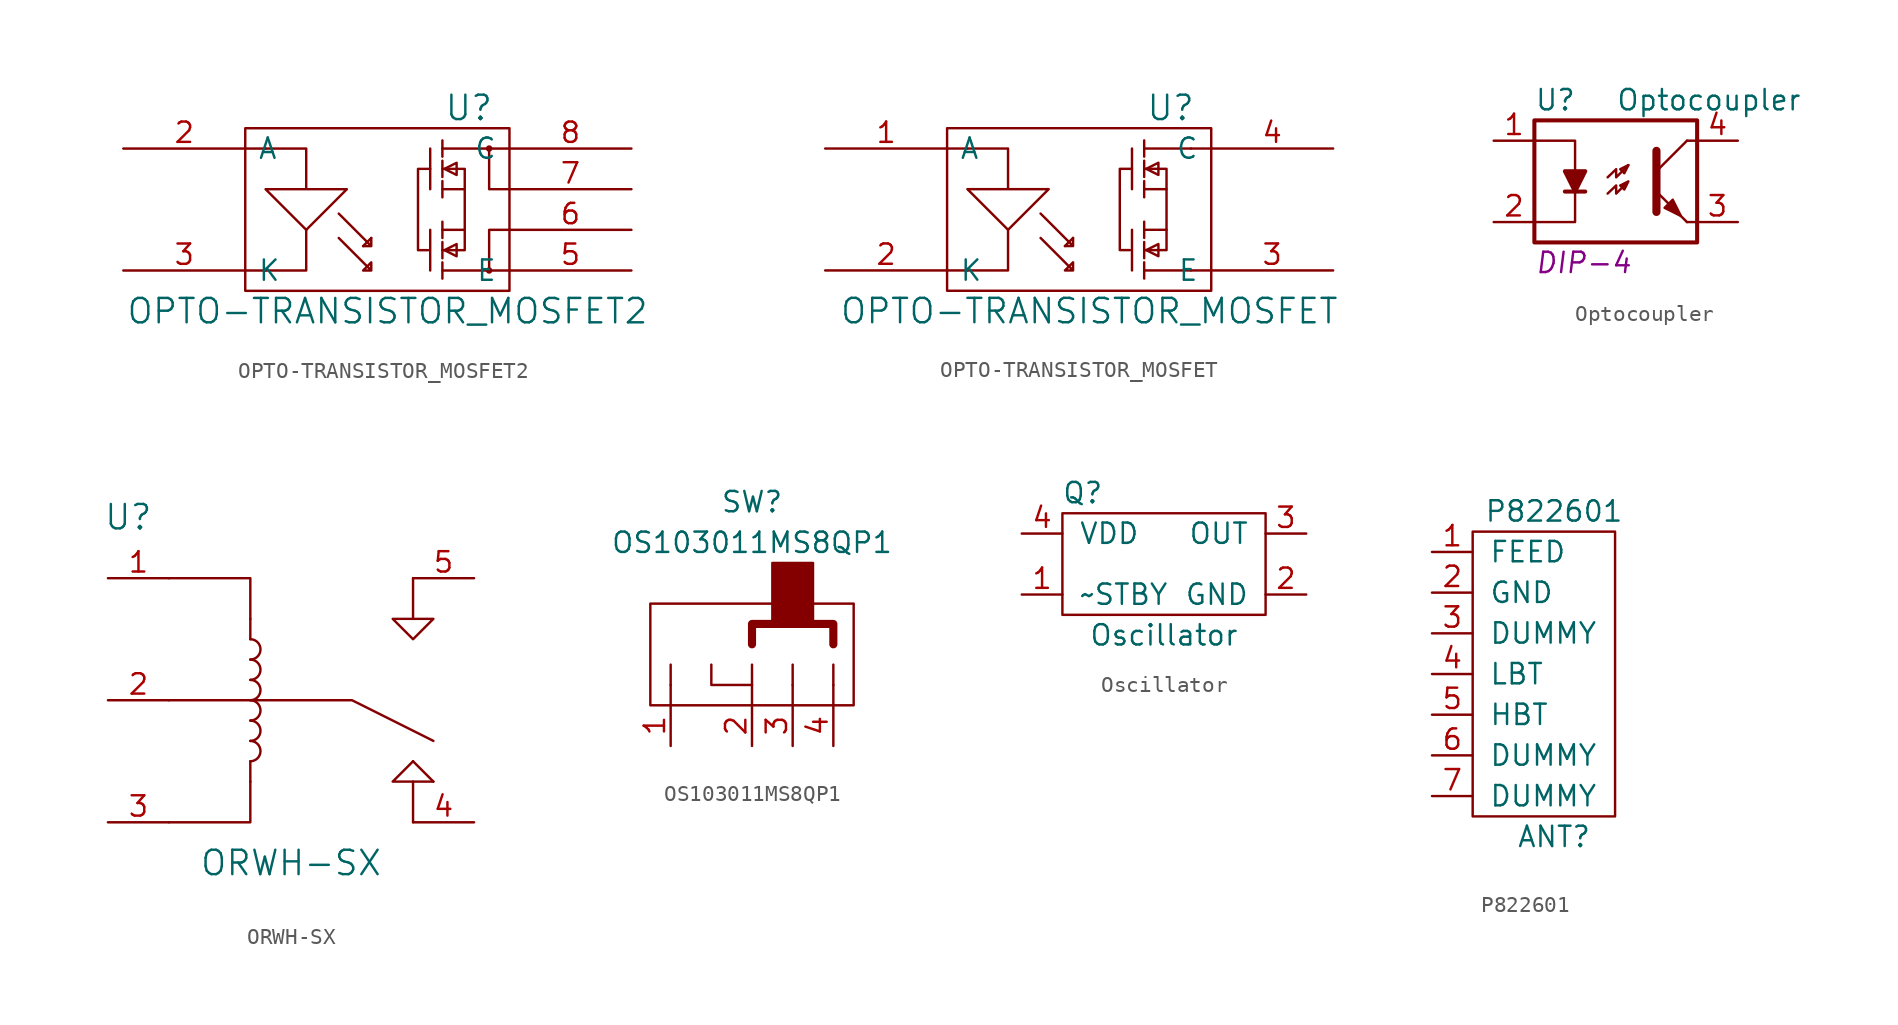
<source format=kicad_sym>
(kicad_symbol_lib
  (version 20210619)
  (generator kicad_symbol_editor)
  (symbol "tinkerforge:OPTO-TRANSISTOR_MOSFET2"
    (pin_names
      (offset 0.762))
    (property "Reference" "U"
      (at 5.08 6.35 0)
      (effects (font (size 1.524 1.524))))
    (property "Value" "OPTO-TRANSISTOR_MOSFET2"
      (at 0 -6.35 0)
      (effects (font (size 1.524 1.524))))
    (property "Footprint" ""
      (at 0 0 0)
      (effects (font (size 1.524 1.524))))
    (property "Datasheet" ""
      (at 0 0 0)
      (effects (font (size 1.524 1.524))))
    (symbol "OPTO-TRANSISTOR_MOSFET2_0_1"
      (circle (center 6.35 -3.81) (radius 0.127) (stroke (width 0)) (fill (type none)))
      (circle (center 6.35 3.81) (radius 0.127) (stroke (width 0)) (fill (type none)))
      (rectangle (start -8.89 5.08) (end 7.62 -5.08) (stroke (width 0)) (fill (type none)))
      (polyline (pts (xy 2.667 -1.27) (xy 2.667 -3.81)) (stroke (width 0)) (fill (type none)))
      (polyline (pts (xy 2.667 3.81) (xy 2.667 1.27)) (stroke (width 0)) (fill (type none)))
      (polyline (pts (xy 3.429 -3.302) (xy 3.429 -4.318)) (stroke (width 0)) (fill (type none)))
      (polyline (pts (xy 3.429 -3.048) (xy 3.429 -2.032)) (stroke (width 0)) (fill (type none)))
      (polyline (pts (xy 3.429 -1.778) (xy 3.429 -0.762)) (stroke (width 0)) (fill (type none)))
      (polyline (pts (xy 3.429 1.778) (xy 3.429 0.762)) (stroke (width 0)) (fill (type none)))
      (polyline (pts (xy 3.429 3.048) (xy 3.429 2.032)) (stroke (width 0)) (fill (type none)))
      (polyline (pts (xy 3.429 3.81) (xy 3.429 3.302)) (stroke (width 0)) (fill (type none)))
      (polyline (pts (xy 3.429 3.81) (xy 3.429 4.318)) (stroke (width 0)) (fill (type none)))
      (polyline (pts (xy 4.826 1.27) (xy 4.826 -1.27)) (stroke (width 0)) (fill (type none)))
      (polyline (pts (xy 6.35 -3.81) (xy 3.429 -3.81)) (stroke (width 0)) (fill (type none)))
      (polyline (pts (xy 6.35 3.81) (xy 3.429 3.81)) (stroke (width 0)) (fill (type none)))
      (polyline (pts (xy -8.89 -3.81) (xy -7.62 -3.81) (xy -7.62 -3.81)) (stroke (width 0)) (fill (type none)))
      (polyline (pts (xy -8.89 3.81) (xy -7.62 3.81) (xy -7.62 3.81)) (stroke (width 0)) (fill (type none)))
      (polyline (pts (xy -1.524 -2.286) (xy -1.016 -1.778) (xy -1.016 -1.778)) (stroke (width 0)) (fill (type none)))
      (polyline (pts (xy 6.35 3.81) (xy 6.35 1.27) (xy 7.62 1.27)) (stroke (width 0)) (fill (type none)))
      (polyline (pts (xy 7.62 -3.81) (xy 6.35 -3.81) (xy 6.35 -3.81)) (stroke (width 0)) (fill (type none)))
      (polyline (pts (xy 7.62 -1.27) (xy 6.35 -1.27) (xy 6.35 -3.81)) (stroke (width 0)) (fill (type none)))
      (polyline (pts (xy 7.62 3.81) (xy 6.35 3.81) (xy 6.35 3.81)) (stroke (width 0)) (fill (type none)))
      (polyline (pts (xy -5.08 -1.27) (xy -5.08 -3.81) (xy -7.62 -3.81) (xy -7.62 -3.81)) (stroke (width 0)) (fill (type none)))
      (polyline (pts (xy 2.54 -2.54) (xy 1.905 -2.54) (xy 1.905 2.54) (xy 2.667 2.54)) (stroke (width 0)) (fill (type none)))
      (polyline (pts (xy 3.429 -1.27) (xy 4.826 -1.27) (xy 4.826 -2.54) (xy 3.429 -2.54)) (stroke (width 0)) (fill (type none)))
      (polyline (pts (xy 3.429 1.27) (xy 4.826 1.27) (xy 4.826 2.54) (xy 3.429 2.54)) (stroke (width 0)) (fill (type none)))
      (polyline (pts (xy 3.556 -2.54) (xy 4.318 -2.159) (xy 4.318 -2.921) (xy 3.556 -2.54)) (stroke (width 0)) (fill (type none)))
      (polyline (pts (xy 3.556 2.54) (xy 4.318 2.921) (xy 4.318 2.159) (xy 3.556 2.54)) (stroke (width 0)) (fill (type none)))
      (polyline (pts (xy -3.048 -0.254) (xy -1.016 -2.286) (xy -1.016 -1.778) (xy -1.016 -2.286) (xy -1.524 -2.286) (xy -1.524 -2.286)) (stroke (width 0)) (fill (type none)))
      (polyline (pts (xy -3.048 -1.778) (xy -1.016 -3.81) (xy -1.016 -3.302) (xy -1.016 -3.81) (xy -1.524 -3.81) (xy -1.016 -3.302) (xy -1.016 -3.302)) (stroke (width 0)) (fill (type none)))
      (polyline (pts (xy -7.62 3.81) (xy -5.08 3.81) (xy -5.08 1.27) (xy -7.62 1.27) (xy -5.08 -1.27) (xy -2.54 1.27) (xy -5.08 1.27) (xy -5.08 1.27)) (stroke (width 0)) (fill (type none))))
    (symbol "OPTO-TRANSISTOR_MOSFET2_1_1"
      (pin passive line (at -16.51 3.81 0) (length 7.62) (name "A" (effects (font (size 1.27 1.27)))) (number "2" (effects (font (size 1.27 1.27)))))
      (pin passive line (at -16.51 -3.81 0) (length 7.62) (name "K" (effects (font (size 1.27 1.27)))) (number "3" (effects (font (size 1.27 1.27)))))
      (pin passive line (at 15.24 -3.81 180) (length 7.62) (name "E" (effects (font (size 1.27 1.27)))) (number "5" (effects (font (size 1.27 1.27)))))
      (pin passive line (at 15.24 -1.27 180) (length 7.62) (name "~" (effects (font (size 1.27 1.27)))) (number "6" (effects (font (size 1.27 1.27)))))
      (pin passive line (at 15.24 1.27 180) (length 7.62) (name "~" (effects (font (size 1.27 1.27)))) (number "7" (effects (font (size 1.27 1.27)))))
      (pin passive line (at 15.24 3.81 180) (length 7.62) (name "C" (effects (font (size 1.27 1.27)))) (number "8" (effects (font (size 1.27 1.27)))))))
  (symbol "tinkerforge:OPTO-TRANSISTOR_MOSFET"
    (pin_names
      (offset 0.762))
    (property "Reference" "U"
      (at 5.08 6.35 0)
      (effects (font (size 1.524 1.524))))
    (property "Value" "OPTO-TRANSISTOR_MOSFET"
      (at 0 -6.35 0)
      (effects (font (size 1.524 1.524))))
    (property "Footprint" ""
      (at 0 0 0)
      (effects (font (size 1.524 1.524))))
    (property "Datasheet" ""
      (at 0 0 0)
      (effects (font (size 1.524 1.524))))
    (symbol "OPTO-TRANSISTOR_MOSFET_0_1"
      (rectangle (start -8.89 5.08) (end 7.62 -5.08) (stroke (width 0)) (fill (type none)))
      (polyline (pts (xy 2.667 -1.27) (xy 2.667 -3.81)) (stroke (width 0)) (fill (type none)))
      (polyline (pts (xy 2.667 3.81) (xy 2.667 1.27)) (stroke (width 0)) (fill (type none)))
      (polyline (pts (xy 3.429 -3.302) (xy 3.429 -4.318)) (stroke (width 0)) (fill (type none)))
      (polyline (pts (xy 3.429 -3.048) (xy 3.429 -2.032)) (stroke (width 0)) (fill (type none)))
      (polyline (pts (xy 3.429 -1.778) (xy 3.429 -0.762)) (stroke (width 0)) (fill (type none)))
      (polyline (pts (xy 3.429 1.778) (xy 3.429 0.762)) (stroke (width 0)) (fill (type none)))
      (polyline (pts (xy 3.429 3.048) (xy 3.429 2.032)) (stroke (width 0)) (fill (type none)))
      (polyline (pts (xy 3.429 3.81) (xy 3.429 3.302)) (stroke (width 0)) (fill (type none)))
      (polyline (pts (xy 3.429 3.81) (xy 3.429 4.318)) (stroke (width 0)) (fill (type none)))
      (polyline (pts (xy 4.826 1.27) (xy 4.826 -1.27)) (stroke (width 0)) (fill (type none)))
      (polyline (pts (xy 6.35 -3.81) (xy 3.429 -3.81)) (stroke (width 0)) (fill (type none)))
      (polyline (pts (xy 6.35 3.81) (xy 3.429 3.81)) (stroke (width 0)) (fill (type none)))
      (polyline (pts (xy -8.89 -3.81) (xy -7.62 -3.81) (xy -7.62 -3.81)) (stroke (width 0)) (fill (type none)))
      (polyline (pts (xy -8.89 3.81) (xy -7.62 3.81) (xy -7.62 3.81)) (stroke (width 0)) (fill (type none)))
      (polyline (pts (xy -1.524 -2.286) (xy -1.016 -1.778) (xy -1.016 -1.778)) (stroke (width 0)) (fill (type none)))
      (polyline (pts (xy 7.62 -3.81) (xy 6.35 -3.81) (xy 6.35 -3.81)) (stroke (width 0)) (fill (type none)))
      (polyline (pts (xy 7.62 3.81) (xy 6.35 3.81) (xy 6.35 3.81)) (stroke (width 0)) (fill (type none)))
      (polyline (pts (xy -5.08 -1.27) (xy -5.08 -3.81) (xy -7.62 -3.81) (xy -7.62 -3.81)) (stroke (width 0)) (fill (type none)))
      (polyline (pts (xy 2.54 -2.54) (xy 1.905 -2.54) (xy 1.905 2.54) (xy 2.667 2.54)) (stroke (width 0)) (fill (type none)))
      (polyline (pts (xy 3.429 -1.27) (xy 4.826 -1.27) (xy 4.826 -2.54) (xy 3.429 -2.54)) (stroke (width 0)) (fill (type none)))
      (polyline (pts (xy 3.429 1.27) (xy 4.826 1.27) (xy 4.826 2.54) (xy 3.429 2.54)) (stroke (width 0)) (fill (type none)))
      (polyline (pts (xy 3.556 -2.54) (xy 4.318 -2.159) (xy 4.318 -2.921) (xy 3.556 -2.54)) (stroke (width 0)) (fill (type none)))
      (polyline (pts (xy 3.556 2.54) (xy 4.318 2.921) (xy 4.318 2.159) (xy 3.556 2.54)) (stroke (width 0)) (fill (type none)))
      (polyline (pts (xy -3.048 -0.254) (xy -1.016 -2.286) (xy -1.016 -1.778) (xy -1.016 -2.286) (xy -1.524 -2.286) (xy -1.524 -2.286)) (stroke (width 0)) (fill (type none)))
      (polyline (pts (xy -3.048 -1.778) (xy -1.016 -3.81) (xy -1.016 -3.302) (xy -1.016 -3.81) (xy -1.524 -3.81) (xy -1.016 -3.302) (xy -1.016 -3.302)) (stroke (width 0)) (fill (type none)))
      (polyline (pts (xy -7.62 3.81) (xy -5.08 3.81) (xy -5.08 1.27) (xy -7.62 1.27) (xy -5.08 -1.27) (xy -2.54 1.27) (xy -5.08 1.27) (xy -5.08 1.27)) (stroke (width 0)) (fill (type none))))
    (symbol "OPTO-TRANSISTOR_MOSFET_1_1"
      (pin passive line (at -16.51 3.81 0) (length 7.62) (name "A" (effects (font (size 1.27 1.27)))) (number "1" (effects (font (size 1.27 1.27)))))
      (pin passive line (at -16.51 -3.81 0) (length 7.62) (name "K" (effects (font (size 1.27 1.27)))) (number "2" (effects (font (size 1.27 1.27)))))
      (pin passive line (at 15.24 -3.81 180) (length 7.62) (name "E" (effects (font (size 1.27 1.27)))) (number "3" (effects (font (size 1.27 1.27)))))
      (pin passive line (at 15.24 3.81 180) (length 7.62) (name "C" (effects (font (size 1.27 1.27)))) (number "4" (effects (font (size 1.27 1.27)))))))
  (symbol "tinkerforge:Optocoupler"
    (pin_names
      (offset 1.016))
    (property "Reference" "U"
      (at -5.08 5.08 0)
      (effects (font (size 1.27 1.27)) (justify left)))
    (property "Value" "Optocoupler"
      (at 0 5.08 0)
      (effects (font (size 1.27 1.27)) (justify left)))
    (property "Footprint" "DIP-4"
      (at -5.08 -5.08 0)
      (effects (font (size 1.27 1.27) italic) (justify left)))
    (property "Datasheet" ""
      (at 0 0 0)
      (effects (font (size 1.27 1.27)) (justify left)))
    (symbol "Optocoupler_0_1"
      (rectangle (start -5.08 3.81) (end 5.08 -3.81) (stroke (width 0.254)) (fill (type none)))
      (polyline (pts (xy -3.175 -0.635) (xy -1.905 -0.635)) (stroke (width 0.254)) (fill (type none)))
      (polyline (pts (xy 2.54 0.635) (xy 4.445 2.54)) (stroke (width 0)) (fill (type none)))
      (polyline (pts (xy 4.445 -2.54) (xy 5.08 -2.54)) (stroke (width 0)) (fill (type none)))
      (polyline (pts (xy 4.445 2.54) (xy 5.08 2.54)) (stroke (width 0)) (fill (type none)))
      (polyline (pts (xy -5.08 2.54) (xy -2.54 2.54) (xy -2.54 0.635)) (stroke (width 0)) (fill (type none)))
      (polyline (pts (xy -2.54 -0.635) (xy -2.54 -2.54) (xy -5.08 -2.54)) (stroke (width 0)) (fill (type none)))
      (polyline (pts (xy 2.54 1.905) (xy 2.54 -1.905) (xy 2.54 -1.905)) (stroke (width 0.508)) (fill (type none)))
      (polyline (pts (xy -0.508 0.254) (xy 0.025 0.762) (xy 0.025 0.254) (xy 0.787 1.016)) (stroke (width 0)) (fill (type none)))
      (polyline (pts (xy 0.787 1.016) (xy 0.279 0.762) (xy 0.533 0.508) (xy 0.787 1.016)) (stroke (width 0)) (fill (type none)))
      (polyline (pts (xy -0.508 -0.762) (xy 0.025 -0.254) (xy 0.025 -0.762) (xy 0.787 0) (xy 0.279 -0.254) (xy 0.533 -0.508) (xy 0.787 0)) (stroke (width 0)) (fill (type none)))
      (polyline (pts (xy 4.445 -2.54) (xy 2.54 -0.635)) (stroke (width 0)) (fill (type outline)))
      (polyline (pts (xy -2.54 -0.635) (xy -3.175 0.635) (xy -1.905 0.635) (xy -2.54 -0.635)) (stroke (width 0.254)) (fill (type outline)))
      (polyline (pts (xy 3.048 -1.651) (xy 3.556 -1.143) (xy 4.064 -2.159) (xy 3.048 -1.651) (xy 3.048 -1.651)) (stroke (width 0)) (fill (type outline))))
    (symbol "Optocoupler_1_1"
      (pin passive line (at -7.62 2.54 0) (length 2.54) (name "~" (effects (font (size 1.27 1.27)))) (number "1" (effects (font (size 1.27 1.27)))))
      (pin passive line (at -7.62 -2.54 0) (length 2.54) (name "~" (effects (font (size 1.27 1.27)))) (number "2" (effects (font (size 1.27 1.27)))))
      (pin passive line (at 7.62 -2.54 180) (length 2.54) (name "~" (effects (font (size 1.27 1.27)))) (number "3" (effects (font (size 1.27 1.27)))))
      (pin passive line (at 7.62 2.54 180) (length 2.54) (name "~" (effects (font (size 1.27 1.27)))) (number "4" (effects (font (size 1.27 1.27)))))))
  (symbol "tinkerforge:ORWH-SX"
    (pin_names
      (offset 1.016))
    (property "Reference" "U"
      (at -10.16 11.43 0)
      (effects (font (size 1.524 1.524))))
    (property "Value" "ORWH-SX"
      (at 0 -10.16 0)
      (effects (font (size 1.524 1.524))))
    (property "Footprint" ""
      (at 0 0 0)
      (effects (font (size 1.524 1.524))))
    (property "Datasheet" ""
      (at 0 0 0)
      (effects (font (size 1.524 1.524))))
    (symbol "ORWH-SX_0_1"
      (arc (start -2.54 -3.81) (end -2.54 -2.54) (radius (at -2.54 -3.175) (length 0.635) (angles -89.9 89.9)) (stroke (width 0)) (fill (type none)))
      (arc (start -2.54 -2.54) (end -2.54 -1.27) (radius (at -2.54 -1.905) (length 0.635) (angles -89.9 89.9)) (stroke (width 0)) (fill (type none)))
      (arc (start -2.54 -1.27) (end -2.54 0) (radius (at -2.54 -0.635) (length 0.635) (angles -89.9 89.9)) (stroke (width 0)) (fill (type none)))
      (arc (start -2.54 0) (end -2.54 1.27) (radius (at -2.54 0.635) (length 0.635) (angles -89.9 89.9)) (stroke (width 0)) (fill (type none)))
      (arc (start -2.54 1.27) (end -2.54 2.54) (radius (at -2.54 1.905) (length 0.635) (angles -89.9 89.9)) (stroke (width 0)) (fill (type none)))
      (arc (start -2.54 2.54) (end -2.54 3.81) (radius (at -2.54 3.175) (length 0.635) (angles -89.9 89.9)) (stroke (width 0)) (fill (type none)))
      (rectangle (start -2.54 -5.08) (end -2.54 -3.81) (stroke (width 0)) (fill (type none)))
      (rectangle (start -2.54 3.81) (end -2.54 5.08) (stroke (width 0)) (fill (type none)))
      (polyline (pts (xy 7.62 -5.08) (xy 8.89 -5.08) (xy 8.89 -5.08)) (stroke (width 0)) (fill (type none)))
      (polyline (pts (xy -7.62 -7.62) (xy -2.54 -7.62) (xy -2.54 -5.08) (xy -2.54 -5.08)) (stroke (width 0)) (fill (type none)))
      (polyline (pts (xy -7.62 0) (xy 3.81 0) (xy 8.89 -2.54) (xy 8.89 -2.54)) (stroke (width 0)) (fill (type none)))
      (polyline (pts (xy -7.62 7.62) (xy -2.54 7.62) (xy -2.54 5.08) (xy -2.54 5.08)) (stroke (width 0)) (fill (type none)))
      (polyline (pts (xy 8.89 -5.08) (xy 7.62 -3.81) (xy 7.62 -3.81) (xy 7.62 -3.81)) (stroke (width 0)) (fill (type none)))
      (polyline (pts (xy 7.62 -7.62) (xy 7.62 -5.08) (xy 6.35 -5.08) (xy 7.62 -3.81) (xy 7.62 -3.81)) (stroke (width 0)) (fill (type none)))
      (polyline (pts (xy 7.62 7.62) (xy 7.62 5.08) (xy 6.35 5.08) (xy 7.62 3.81) (xy 8.89 5.08) (xy 7.62 5.08) (xy 7.62 5.08)) (stroke (width 0)) (fill (type none))))
    (symbol "ORWH-SX_1_1"
      (pin passive line (at -11.43 7.62 0) (length 3.81) (name "~" (effects (font (size 1.27 1.27)))) (number "1" (effects (font (size 1.27 1.27)))))
      (pin passive line (at -11.43 0 0) (length 3.81) (name "~" (effects (font (size 1.27 1.27)))) (number "2" (effects (font (size 1.27 1.27)))))
      (pin passive line (at -11.43 -7.62 0) (length 3.81) (name "~" (effects (font (size 1.27 1.27)))) (number "3" (effects (font (size 1.27 1.27)))))
      (pin passive line (at 11.43 -7.62 180) (length 3.81) (name "~" (effects (font (size 1.27 1.27)))) (number "4" (effects (font (size 1.27 1.27)))))
      (pin passive line (at 11.43 7.62 180) (length 3.81) (name "~" (effects (font (size 1.27 1.27)))) (number "5" (effects (font (size 1.27 1.27)))))))
  (symbol "tinkerforge:OS103011MS8QP1"
    (pin_names
      (offset 1.016))
    (property "Reference" "SW"
      (at 0 8.89 0)
      (effects (font (size 1.27 1.27))))
    (property "Value" "OS103011MS8QP1"
      (at 0 6.35 0)
      (effects (font (size 1.27 1.27))))
    (symbol "OS103011MS8QP1_0_1"
      (rectangle (start -6.35 2.54) (end 6.35 -3.81) (stroke (width 0)) (fill (type none)))
      (rectangle (start 1.27 5.08) (end 3.81 1.27) (stroke (width 0)) (fill (type outline)))
      (polyline (pts (xy -5.08 -3.81) (xy -5.08 -2.54)) (stroke (width 0)) (fill (type none)))
      (polyline (pts (xy -5.08 -2.54) (xy -5.08 -1.27)) (stroke (width 0)) (fill (type none)))
      (polyline (pts (xy 0 -3.81) (xy 0 -2.54)) (stroke (width 0)) (fill (type none)))
      (polyline (pts (xy 0 -2.54) (xy 0 -1.27)) (stroke (width 0)) (fill (type none)))
      (polyline (pts (xy 2.54 -3.81) (xy 2.54 -2.54)) (stroke (width 0)) (fill (type none)))
      (polyline (pts (xy 2.54 -2.54) (xy 2.54 -1.27)) (stroke (width 0)) (fill (type none)))
      (polyline (pts (xy 5.08 -3.81) (xy 5.08 -2.54)) (stroke (width 0)) (fill (type none)))
      (polyline (pts (xy 5.08 -2.54) (xy 5.08 -1.27)) (stroke (width 0)) (fill (type none)))
      (polyline (pts (xy -2.54 -1.27) (xy -2.54 -2.54) (xy 0 -2.54)) (stroke (width 0)) (fill (type none)))
      (polyline (pts (xy 0 0) (xy 0 1.27) (xy 5.08 1.27) (xy 5.08 0)) (stroke (width 0.508)) (fill (type none))))
    (symbol "OS103011MS8QP1_1_1"
      (pin passive line (at -5.08 -6.35 90) (length 2.54) (name "~" (effects (font (size 1.27 1.27)))) (number "1" (effects (font (size 1.27 1.27)))))
      (pin passive line (at 0 -6.35 90) (length 2.54) (name "~" (effects (font (size 1.27 1.27)))) (number "2" (effects (font (size 1.27 1.27)))))
      (pin passive line (at 2.54 -6.35 90) (length 2.54) (name "~" (effects (font (size 1.27 1.27)))) (number "3" (effects (font (size 1.27 1.27)))))
      (pin passive line (at 5.08 -6.35 90) (length 2.54) (name "~" (effects (font (size 1.27 1.27)))) (number "4" (effects (font (size 1.27 1.27)))))))
  (symbol "tinkerforge:Oscillator"
    (pin_names
      (offset 1.016))
    (property "Reference" "Q"
      (at -5.08 5.08 0)
      (effects (font (size 1.27 1.27))))
    (property "Value" "Oscillator"
      (at 0 -3.81 0)
      (effects (font (size 1.27 1.27))))
    (property "Footprint" ""
      (at 0 0 0)
      (effects (font (size 0.508 0.508))))
    (property "Datasheet" ""
      (at 0 0 0)
      (effects (font (size 0.508 0.508))))
    (symbol "Oscillator_0_1"
      (rectangle (start -6.35 3.81) (end 6.35 -2.54) (stroke (width 0)) (fill (type none))))
    (symbol "Oscillator_1_1"
      (pin passive line (at -8.89 -1.27 0) (length 2.54) (name "~STBY" (effects (font (size 1.27 1.27)))) (number "1" (effects (font (size 1.27 1.27)))))
      (pin passive line (at 8.89 -1.27 180) (length 2.54) (name "GND" (effects (font (size 1.27 1.27)))) (number "2" (effects (font (size 1.27 1.27)))))
      (pin passive line (at 8.89 2.54 180) (length 2.54) (name "OUT" (effects (font (size 1.27 1.27)))) (number "3" (effects (font (size 1.27 1.27)))))
      (pin passive line (at -8.89 2.54 0) (length 2.54) (name "VDD" (effects (font (size 1.27 1.27)))) (number "4" (effects (font (size 1.27 1.27)))))))
  (symbol "tinkerforge:P822601"
    (pin_names
      (offset 1.016))
    (property "Reference" "ANT"
      (at 5.08 -22.86 0)
      (effects (font (size 1.27 1.27))))
    (property "Value" "P822601"
      (at 5.08 -2.54 0)
      (effects (font (size 1.27 1.27))))
    (symbol "P822601_0_1"
      (rectangle (start 0 -3.81) (end 8.89 -21.59) (stroke (width 0)) (fill (type none))))
    (symbol "P822601_1_1"
      (pin passive line (at -2.54 -5.08 0) (length 2.54) (name "FEED" (effects (font (size 1.27 1.27)))) (number "1" (effects (font (size 1.27 1.27)))))
      (pin passive line (at -2.54 -7.62 0) (length 2.54) (name "GND" (effects (font (size 1.27 1.27)))) (number "2" (effects (font (size 1.27 1.27)))))
      (pin passive line (at -2.54 -10.16 0) (length 2.54) (name "DUMMY" (effects (font (size 1.27 1.27)))) (number "3" (effects (font (size 1.27 1.27)))))
      (pin passive line (at -2.54 -12.7 0) (length 2.54) (name "LBT" (effects (font (size 1.27 1.27)))) (number "4" (effects (font (size 1.27 1.27)))))
      (pin passive line (at -2.54 -15.24 0) (length 2.54) (name "HBT" (effects (font (size 1.27 1.27)))) (number "5" (effects (font (size 1.27 1.27)))))
      (pin passive line (at -2.54 -17.78 0) (length 2.54) (name "DUMMY" (effects (font (size 1.27 1.27)))) (number "6" (effects (font (size 1.27 1.27)))))
      (pin passive line (at -2.54 -20.32 0) (length 2.54) (name "DUMMY" (effects (font (size 1.27 1.27)))) (number "7" (effects (font (size 1.27 1.27))))))))
</source>
